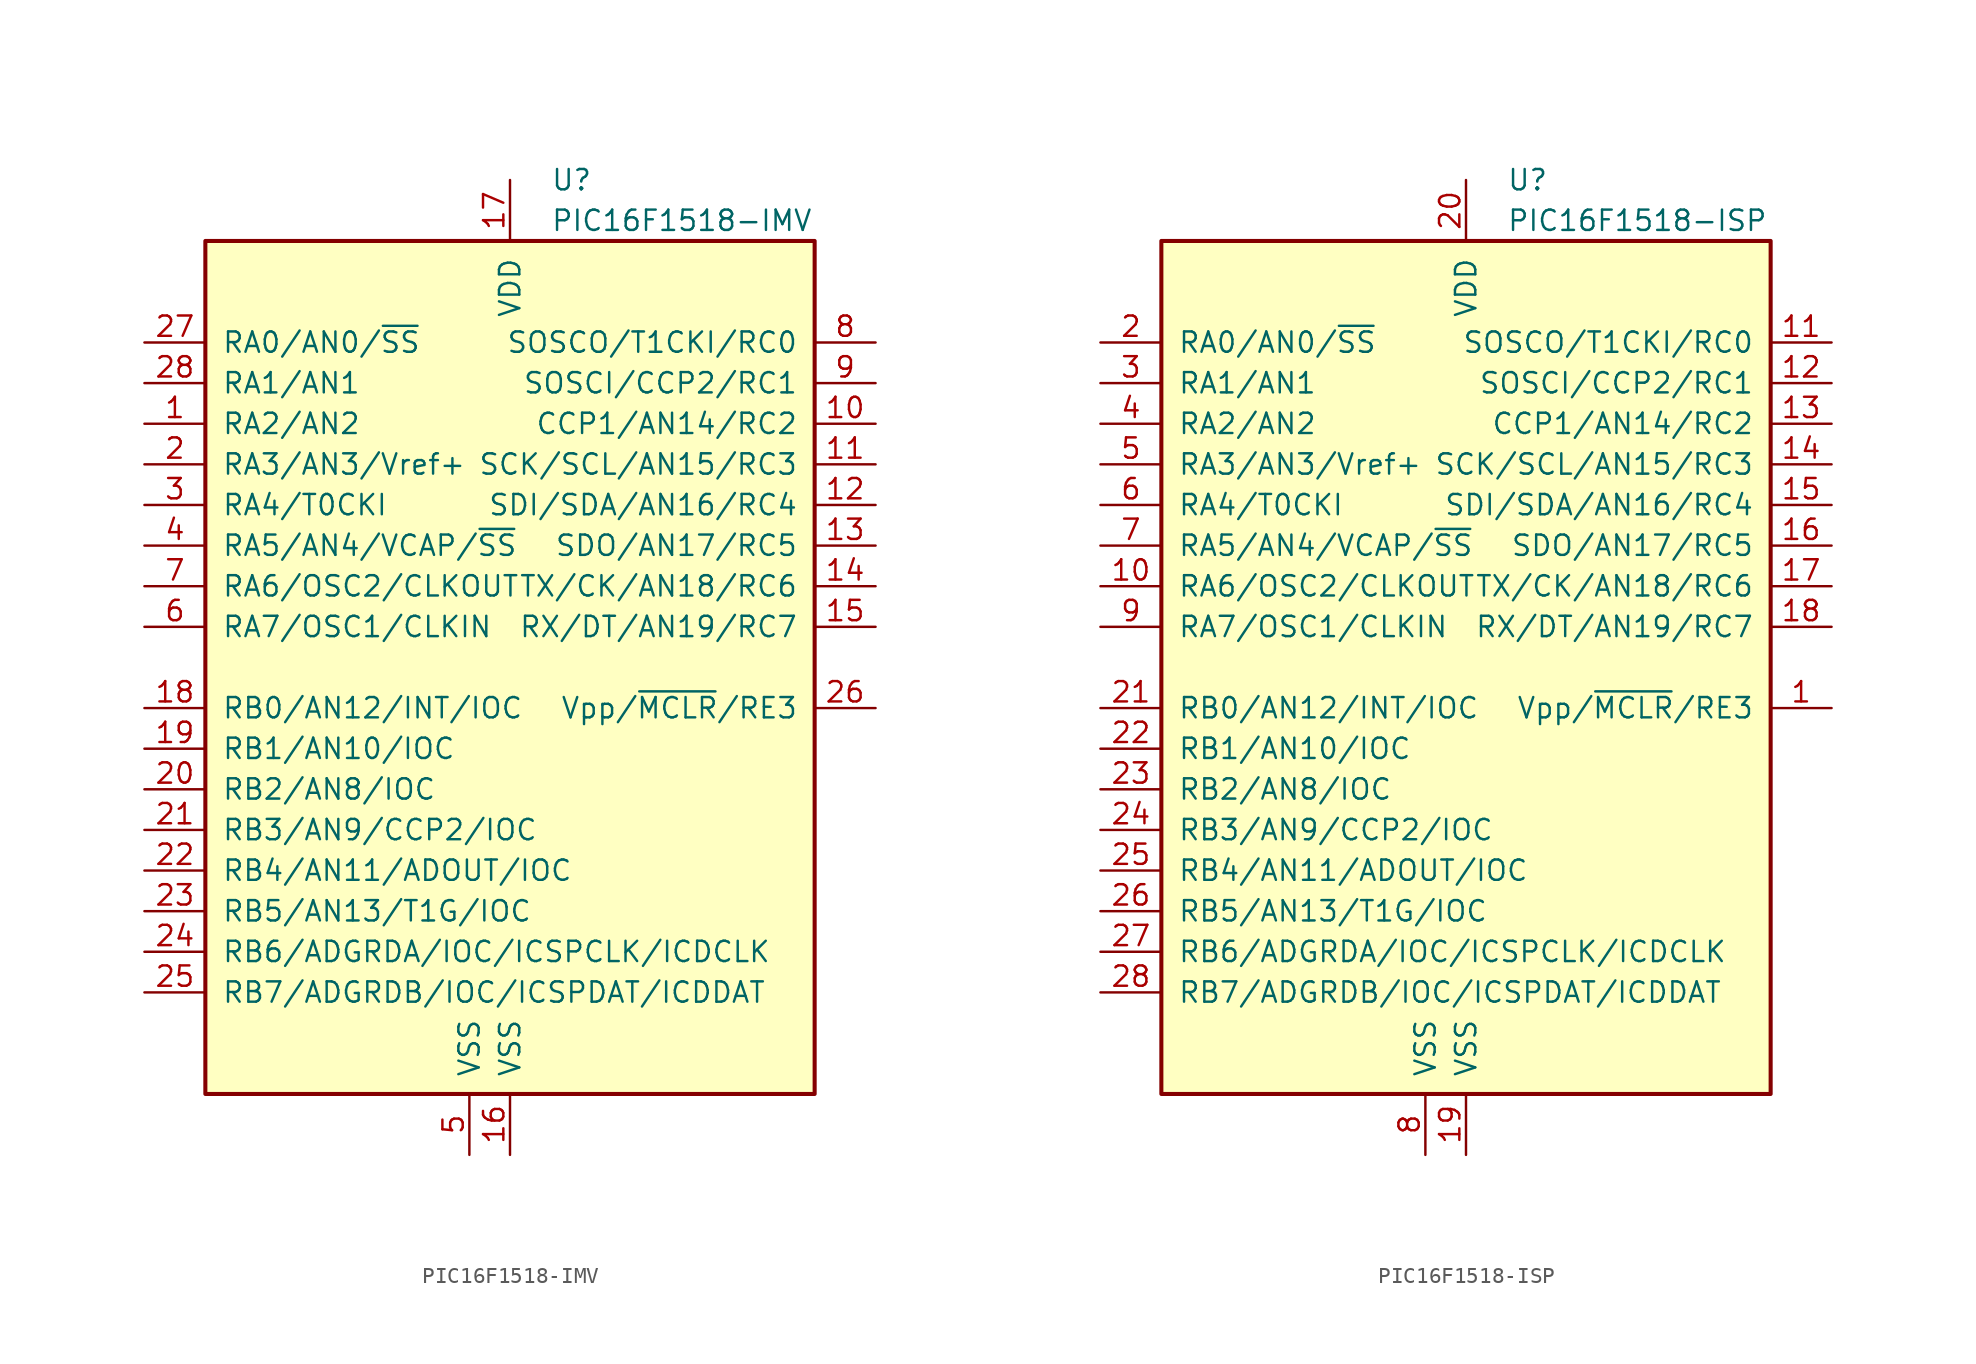
<source format=kicad_sym>
(kicad_symbol_lib
  (version 20201005)
  (generator kicad_symbol_editor)
  (symbol "MCU_Microchip_PIC16:PIC16F1518-IMV"
    (pin_names
      (offset 1.016))
    (property "Reference" "U"
      (at 2.54 30.48 0)
      (effects (font (size 1.27 1.27)) (justify left)))
    (property "Value" "PIC16F1518-IMV"
      (at 2.54 27.94 0)
      (effects (font (size 1.27 1.27)) (justify left)))
    (symbol "PIC16F1518-IMV_0_1"
      (rectangle (start -19.05 26.67) (end 19.05 -26.67) (stroke (width 0.254)) (fill (type background))))
    (symbol "PIC16F1518-IMV_1_1"
      (pin bidirectional line (at -22.86 15.24 0) (length 3.81) (name "RA2/AN2" (effects (font (size 1.27 1.27)))) (number "1" (effects (font (size 1.27 1.27)))))
      (pin bidirectional line (at 22.86 15.24 180) (length 3.81) (name "CCP1/AN14/RC2" (effects (font (size 1.27 1.27)))) (number "10" (effects (font (size 1.27 1.27)))))
      (pin bidirectional line (at 22.86 12.7 180) (length 3.81) (name "SCK/SCL/AN15/RC3" (effects (font (size 1.27 1.27)))) (number "11" (effects (font (size 1.27 1.27)))))
      (pin bidirectional line (at 22.86 10.16 180) (length 3.81) (name "SDI/SDA/AN16/RC4" (effects (font (size 1.27 1.27)))) (number "12" (effects (font (size 1.27 1.27)))))
      (pin bidirectional line (at 22.86 7.62 180) (length 3.81) (name "SDO/AN17/RC5" (effects (font (size 1.27 1.27)))) (number "13" (effects (font (size 1.27 1.27)))))
      (pin bidirectional line (at 22.86 5.08 180) (length 3.81) (name "TX/CK/AN18/RC6" (effects (font (size 1.27 1.27)))) (number "14" (effects (font (size 1.27 1.27)))))
      (pin bidirectional line (at 22.86 2.54 180) (length 3.81) (name "RX/DT/AN19/RC7" (effects (font (size 1.27 1.27)))) (number "15" (effects (font (size 1.27 1.27)))))
      (pin power_in line (at 0 -30.48 90) (length 3.81) (name "VSS" (effects (font (size 1.27 1.27)))) (number "16" (effects (font (size 1.27 1.27)))))
      (pin power_in line (at 0 30.48 270) (length 3.81) (name "VDD" (effects (font (size 1.27 1.27)))) (number "17" (effects (font (size 1.27 1.27)))))
      (pin bidirectional line (at -22.86 -2.54 0) (length 3.81) (name "RB0/AN12/INT/IOC" (effects (font (size 1.27 1.27)))) (number "18" (effects (font (size 1.27 1.27)))))
      (pin bidirectional line (at -22.86 -5.08 0) (length 3.81) (name "RB1/AN10/IOC" (effects (font (size 1.27 1.27)))) (number "19" (effects (font (size 1.27 1.27)))))
      (pin bidirectional line (at -22.86 12.7 0) (length 3.81) (name "RA3/AN3/Vref+" (effects (font (size 1.27 1.27)))) (number "2" (effects (font (size 1.27 1.27)))))
      (pin bidirectional line (at -22.86 -7.62 0) (length 3.81) (name "RB2/AN8/IOC" (effects (font (size 1.27 1.27)))) (number "20" (effects (font (size 1.27 1.27)))))
      (pin bidirectional line (at -22.86 -10.16 0) (length 3.81) (name "RB3/AN9/CCP2/IOC" (effects (font (size 1.27 1.27)))) (number "21" (effects (font (size 1.27 1.27)))))
      (pin bidirectional line (at -22.86 -12.7 0) (length 3.81) (name "RB4/AN11/ADOUT/IOC" (effects (font (size 1.27 1.27)))) (number "22" (effects (font (size 1.27 1.27)))))
      (pin bidirectional line (at -22.86 -15.24 0) (length 3.81) (name "RB5/AN13/T1G/IOC" (effects (font (size 1.27 1.27)))) (number "23" (effects (font (size 1.27 1.27)))))
      (pin bidirectional line (at -22.86 -17.78 0) (length 3.81) (name "RB6/ADGRDA/IOC/ICSPCLK/ICDCLK" (effects (font (size 1.27 1.27)))) (number "24" (effects (font (size 1.27 1.27)))))
      (pin bidirectional line (at -22.86 -20.32 0) (length 3.81) (name "RB7/ADGRDB/IOC/ICSPDAT/ICDDAT" (effects (font (size 1.27 1.27)))) (number "25" (effects (font (size 1.27 1.27)))))
      (pin input line (at 22.86 -2.54 180) (length 3.81) (name "Vpp/~MCLR~/RE3" (effects (font (size 1.27 1.27)))) (number "26" (effects (font (size 1.27 1.27)))))
      (pin bidirectional line (at -22.86 20.32 0) (length 3.81) (name "RA0/AN0/~SS" (effects (font (size 1.27 1.27)))) (number "27" (effects (font (size 1.27 1.27)))))
      (pin bidirectional line (at -22.86 17.78 0) (length 3.81) (name "RA1/AN1" (effects (font (size 1.27 1.27)))) (number "28" (effects (font (size 1.27 1.27)))))
      (pin bidirectional line (at -22.86 10.16 0) (length 3.81) (name "RA4/T0CKI" (effects (font (size 1.27 1.27)))) (number "3" (effects (font (size 1.27 1.27)))))
      (pin bidirectional line (at -22.86 7.62 0) (length 3.81) (name "RA5/AN4/VCAP/~SS" (effects (font (size 1.27 1.27)))) (number "4" (effects (font (size 1.27 1.27)))))
      (pin power_in line (at -2.54 -30.48 90) (length 3.81) (name "VSS" (effects (font (size 1.27 1.27)))) (number "5" (effects (font (size 1.27 1.27)))))
      (pin bidirectional line (at -22.86 2.54 0) (length 3.81) (name "RA7/OSC1/CLKIN" (effects (font (size 1.27 1.27)))) (number "6" (effects (font (size 1.27 1.27)))))
      (pin bidirectional line (at -22.86 5.08 0) (length 3.81) (name "RA6/OSC2/CLKOUT" (effects (font (size 1.27 1.27)))) (number "7" (effects (font (size 1.27 1.27)))))
      (pin bidirectional line (at 22.86 20.32 180) (length 3.81) (name "SOSCO/T1CKI/RC0" (effects (font (size 1.27 1.27)))) (number "8" (effects (font (size 1.27 1.27)))))
      (pin bidirectional line (at 22.86 17.78 180) (length 3.81) (name "SOSCI/CCP2/RC1" (effects (font (size 1.27 1.27)))) (number "9" (effects (font (size 1.27 1.27)))))))
  (symbol "MCU_Microchip_PIC16:PIC16F1518-ISP"
    (pin_names
      (offset 1.016))
    (property "Reference" "U"
      (at 2.54 30.48 0)
      (effects (font (size 1.27 1.27)) (justify left)))
    (property "Value" "PIC16F1518-ISP"
      (at 2.54 27.94 0)
      (effects (font (size 1.27 1.27)) (justify left)))
    (symbol "PIC16F1518-ISP_0_1"
      (rectangle (start -19.05 26.67) (end 19.05 -26.67) (stroke (width 0.254)) (fill (type background))))
    (symbol "PIC16F1518-ISP_1_1"
      (pin input line (at 22.86 -2.54 180) (length 3.81) (name "Vpp/~MCLR~/RE3" (effects (font (size 1.27 1.27)))) (number "1" (effects (font (size 1.27 1.27)))))
      (pin bidirectional line (at -22.86 5.08 0) (length 3.81) (name "RA6/OSC2/CLKOUT" (effects (font (size 1.27 1.27)))) (number "10" (effects (font (size 1.27 1.27)))))
      (pin bidirectional line (at 22.86 20.32 180) (length 3.81) (name "SOSCO/T1CKI/RC0" (effects (font (size 1.27 1.27)))) (number "11" (effects (font (size 1.27 1.27)))))
      (pin bidirectional line (at 22.86 17.78 180) (length 3.81) (name "SOSCI/CCP2/RC1" (effects (font (size 1.27 1.27)))) (number "12" (effects (font (size 1.27 1.27)))))
      (pin bidirectional line (at 22.86 15.24 180) (length 3.81) (name "CCP1/AN14/RC2" (effects (font (size 1.27 1.27)))) (number "13" (effects (font (size 1.27 1.27)))))
      (pin bidirectional line (at 22.86 12.7 180) (length 3.81) (name "SCK/SCL/AN15/RC3" (effects (font (size 1.27 1.27)))) (number "14" (effects (font (size 1.27 1.27)))))
      (pin bidirectional line (at 22.86 10.16 180) (length 3.81) (name "SDI/SDA/AN16/RC4" (effects (font (size 1.27 1.27)))) (number "15" (effects (font (size 1.27 1.27)))))
      (pin bidirectional line (at 22.86 7.62 180) (length 3.81) (name "SDO/AN17/RC5" (effects (font (size 1.27 1.27)))) (number "16" (effects (font (size 1.27 1.27)))))
      (pin bidirectional line (at 22.86 5.08 180) (length 3.81) (name "TX/CK/AN18/RC6" (effects (font (size 1.27 1.27)))) (number "17" (effects (font (size 1.27 1.27)))))
      (pin bidirectional line (at 22.86 2.54 180) (length 3.81) (name "RX/DT/AN19/RC7" (effects (font (size 1.27 1.27)))) (number "18" (effects (font (size 1.27 1.27)))))
      (pin power_in line (at 0 -30.48 90) (length 3.81) (name "VSS" (effects (font (size 1.27 1.27)))) (number "19" (effects (font (size 1.27 1.27)))))
      (pin bidirectional line (at -22.86 20.32 0) (length 3.81) (name "RA0/AN0/~SS" (effects (font (size 1.27 1.27)))) (number "2" (effects (font (size 1.27 1.27)))))
      (pin power_in line (at 0 30.48 270) (length 3.81) (name "VDD" (effects (font (size 1.27 1.27)))) (number "20" (effects (font (size 1.27 1.27)))))
      (pin bidirectional line (at -22.86 -2.54 0) (length 3.81) (name "RB0/AN12/INT/IOC" (effects (font (size 1.27 1.27)))) (number "21" (effects (font (size 1.27 1.27)))))
      (pin bidirectional line (at -22.86 -5.08 0) (length 3.81) (name "RB1/AN10/IOC" (effects (font (size 1.27 1.27)))) (number "22" (effects (font (size 1.27 1.27)))))
      (pin bidirectional line (at -22.86 -7.62 0) (length 3.81) (name "RB2/AN8/IOC" (effects (font (size 1.27 1.27)))) (number "23" (effects (font (size 1.27 1.27)))))
      (pin bidirectional line (at -22.86 -10.16 0) (length 3.81) (name "RB3/AN9/CCP2/IOC" (effects (font (size 1.27 1.27)))) (number "24" (effects (font (size 1.27 1.27)))))
      (pin bidirectional line (at -22.86 -12.7 0) (length 3.81) (name "RB4/AN11/ADOUT/IOC" (effects (font (size 1.27 1.27)))) (number "25" (effects (font (size 1.27 1.27)))))
      (pin bidirectional line (at -22.86 -15.24 0) (length 3.81) (name "RB5/AN13/T1G/IOC" (effects (font (size 1.27 1.27)))) (number "26" (effects (font (size 1.27 1.27)))))
      (pin bidirectional line (at -22.86 -17.78 0) (length 3.81) (name "RB6/ADGRDA/IOC/ICSPCLK/ICDCLK" (effects (font (size 1.27 1.27)))) (number "27" (effects (font (size 1.27 1.27)))))
      (pin bidirectional line (at -22.86 -20.32 0) (length 3.81) (name "RB7/ADGRDB/IOC/ICSPDAT/ICDDAT" (effects (font (size 1.27 1.27)))) (number "28" (effects (font (size 1.27 1.27)))))
      (pin bidirectional line (at -22.86 17.78 0) (length 3.81) (name "RA1/AN1" (effects (font (size 1.27 1.27)))) (number "3" (effects (font (size 1.27 1.27)))))
      (pin bidirectional line (at -22.86 15.24 0) (length 3.81) (name "RA2/AN2" (effects (font (size 1.27 1.27)))) (number "4" (effects (font (size 1.27 1.27)))))
      (pin bidirectional line (at -22.86 12.7 0) (length 3.81) (name "RA3/AN3/Vref+" (effects (font (size 1.27 1.27)))) (number "5" (effects (font (size 1.27 1.27)))))
      (pin bidirectional line (at -22.86 10.16 0) (length 3.81) (name "RA4/T0CKI" (effects (font (size 1.27 1.27)))) (number "6" (effects (font (size 1.27 1.27)))))
      (pin bidirectional line (at -22.86 7.62 0) (length 3.81) (name "RA5/AN4/VCAP/~SS" (effects (font (size 1.27 1.27)))) (number "7" (effects (font (size 1.27 1.27)))))
      (pin power_in line (at -2.54 -30.48 90) (length 3.81) (name "VSS" (effects (font (size 1.27 1.27)))) (number "8" (effects (font (size 1.27 1.27)))))
      (pin bidirectional line (at -22.86 2.54 0) (length 3.81) (name "RA7/OSC1/CLKIN" (effects (font (size 1.27 1.27)))) (number "9" (effects (font (size 1.27 1.27))))))))
</source>
